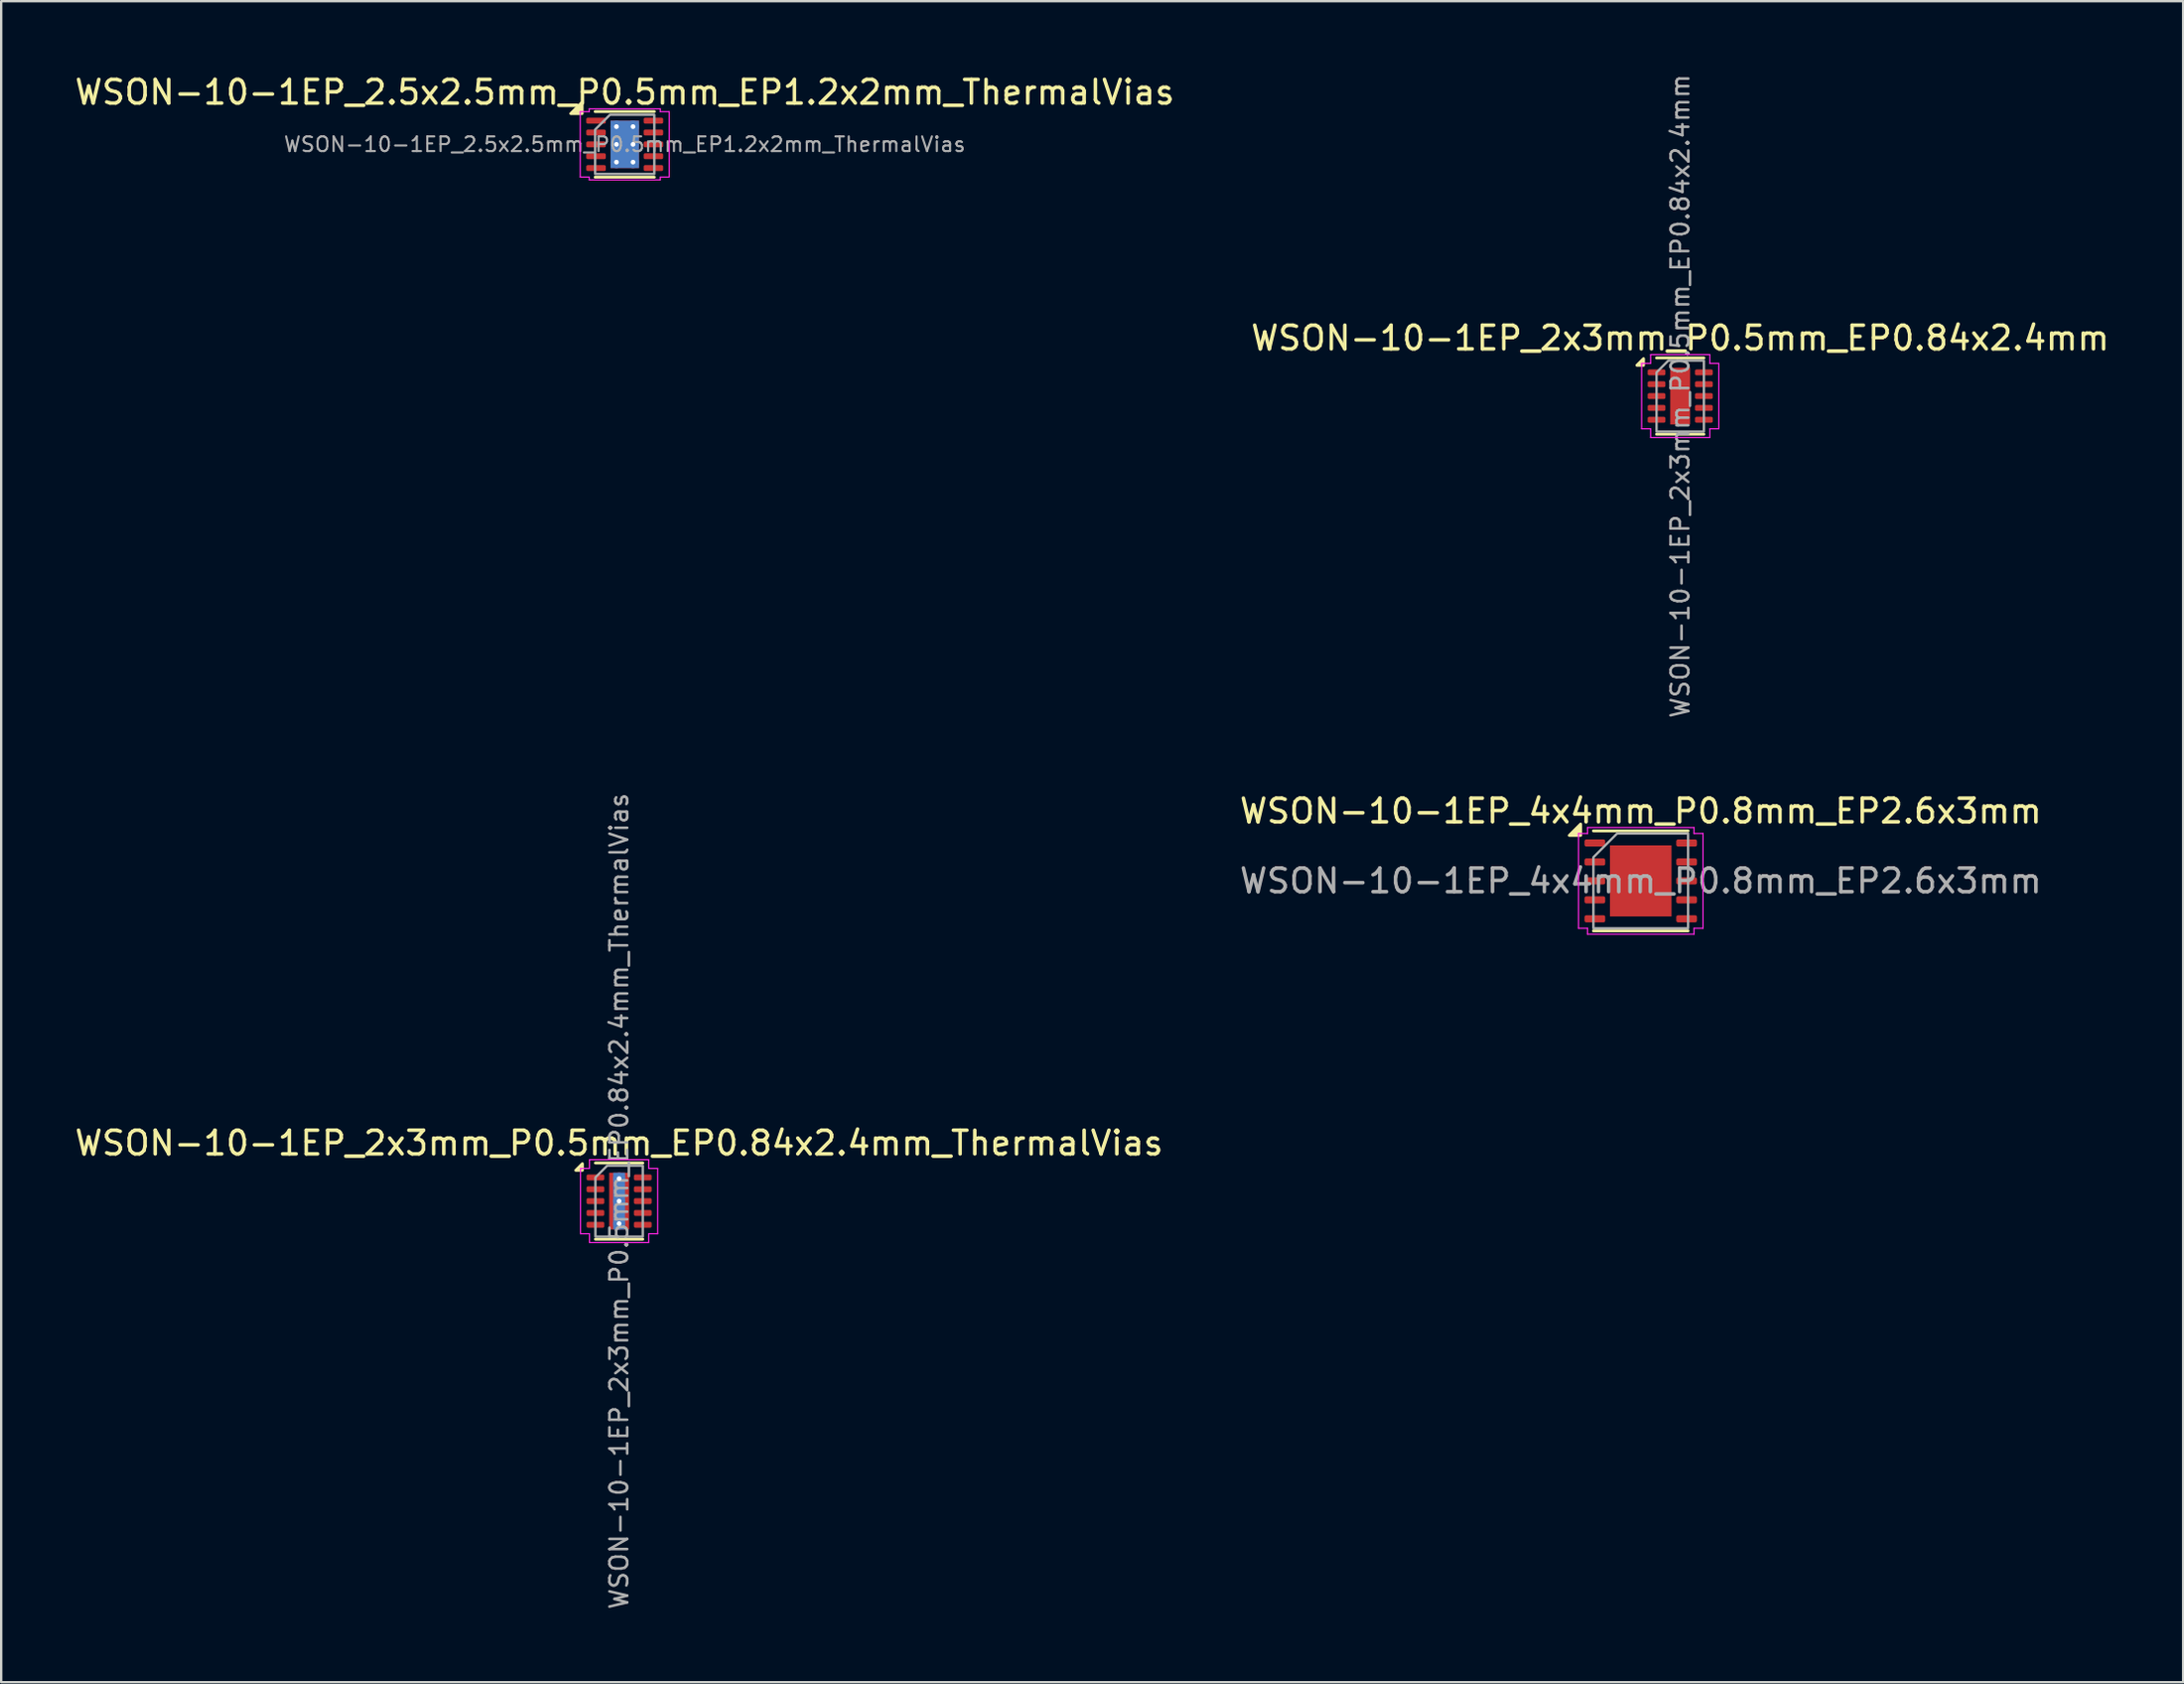
<source format=kicad_pcb>
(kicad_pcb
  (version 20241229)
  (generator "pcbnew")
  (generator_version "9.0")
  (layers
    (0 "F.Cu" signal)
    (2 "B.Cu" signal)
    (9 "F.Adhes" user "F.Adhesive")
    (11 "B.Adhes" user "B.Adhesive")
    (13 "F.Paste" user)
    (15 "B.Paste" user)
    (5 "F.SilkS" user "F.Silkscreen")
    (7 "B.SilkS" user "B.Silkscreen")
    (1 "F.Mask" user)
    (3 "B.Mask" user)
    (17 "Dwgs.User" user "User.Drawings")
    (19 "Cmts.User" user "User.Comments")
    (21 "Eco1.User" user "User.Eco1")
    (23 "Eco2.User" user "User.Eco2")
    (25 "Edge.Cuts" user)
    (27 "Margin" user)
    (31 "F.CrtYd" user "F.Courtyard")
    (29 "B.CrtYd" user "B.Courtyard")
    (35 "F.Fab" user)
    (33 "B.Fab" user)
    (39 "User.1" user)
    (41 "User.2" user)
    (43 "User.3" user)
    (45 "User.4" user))
  (footprint "WSON-10-1EP_4x4mm_P0.8mm_EP2.6x3mm"
    (layer "F.Cu")
    (at 66.256 34.157)
    (property "Reference" "WSON-10-1EP_4x4mm_P0.8mm_EP2.6x3mm" (at 0 -2.95 0) (layer "F.SilkS") (effects (font (size 1 1) (thickness 0.15))))
    (attr smd)
    (fp_line (start -2 -2.11) (end 2 -2.11) (stroke (width 0.12) (type solid)) (layer "F.SilkS"))
    (fp_line (start -2 2.11) (end 2 2.11) (stroke (width 0.12) (type solid)) (layer "F.SilkS"))
    (fp_poly (pts (xy -2.54 -1.92) (xy -3.02 -1.92) (xy -2.54 -2.4)) (stroke (width 0.12) (type solid)) (fill yes) (layer "F.SilkS"))
    (fp_line (start -2.63 -2) (end -2.25 -2) (stroke (width 0.05) (type solid)) (layer "F.CrtYd"))
    (fp_line (start -2.63 2) (end -2.63 -2) (stroke (width 0.05) (type solid)) (layer "F.CrtYd"))
    (fp_line (start -2.25 -2.25) (end 2.25 -2.25) (stroke (width 0.05) (type solid)) (layer "F.CrtYd"))
    (fp_line (start -2.25 -2) (end -2.25 -2.25) (stroke (width 0.05) (type solid)) (layer "F.CrtYd"))
    (fp_line (start -2.25 2) (end -2.63 2) (stroke (width 0.05) (type solid)) (layer "F.CrtYd"))
    (fp_line (start -2.25 2.25) (end -2.25 2) (stroke (width 0.05) (type solid)) (layer "F.CrtYd"))
    (fp_line (start 2.25 -2.25) (end 2.25 -2) (stroke (width 0.05) (type solid)) (layer "F.CrtYd"))
    (fp_line (start 2.25 -2) (end 2.63 -2) (stroke (width 0.05) (type solid)) (layer "F.CrtYd"))
    (fp_line (start 2.25 2) (end 2.25 2.25) (stroke (width 0.05) (type solid)) (layer "F.CrtYd"))
    (fp_line (start 2.25 2.25) (end -2.25 2.25) (stroke (width 0.05) (type solid)) (layer "F.CrtYd"))
    (fp_line (start 2.63 -2) (end 2.63 2) (stroke (width 0.05) (type solid)) (layer "F.CrtYd"))
    (fp_line (start 2.63 2) (end 2.25 2) (stroke (width 0.05) (type solid)) (layer "F.CrtYd"))
    (fp_poly (pts (xy -2 -1) (xy -2 2) (xy 2 2) (xy 2 -2) (xy -1 -2)) (stroke (width 0.1) (type solid)) (fill no) (layer "F.Fab"))
    (fp_text user "${REFERENCE}" (at 0 0 0) (layer "F.Fab") (effects (font (size 1 1) (thickness 0.15))))
    (pad "" smd roundrect (at -0.65 -0.75) (size 1.05 1.21) (layers "F.Paste") (roundrect_rratio 0.238))
    (pad "" smd roundrect (at -0.65 0.75) (size 1.05 1.21) (layers "F.Paste") (roundrect_rratio 0.238))
    (pad "" smd roundrect (at 0.65 -0.75) (size 1.05 1.21) (layers "F.Paste") (roundrect_rratio 0.238))
    (pad "" smd roundrect (at 0.65 0.75) (size 1.05 1.21) (layers "F.Paste") (roundrect_rratio 0.238))
    (pad "1" smd roundrect (at -1.938 -1.6) (size 0.875 0.3) (layers "F.Cu" "F.Mask" "F.Paste") (roundrect_rratio 0.25))
    (pad "2" smd roundrect (at -1.938 -0.8) (size 0.875 0.3) (layers "F.Cu" "F.Mask" "F.Paste") (roundrect_rratio 0.25))
    (pad "3" smd roundrect (at -1.938 0) (size 0.875 0.3) (layers "F.Cu" "F.Mask" "F.Paste") (roundrect_rratio 0.25))
    (pad "4" smd roundrect (at -1.938 0.8) (size 0.875 0.3) (layers "F.Cu" "F.Mask" "F.Paste") (roundrect_rratio 0.25))
    (pad "5" smd roundrect (at -1.938 1.6) (size 0.875 0.3) (layers "F.Cu" "F.Mask" "F.Paste") (roundrect_rratio 0.25))
    (pad "6" smd roundrect (at 1.938 1.6) (size 0.875 0.3) (layers "F.Cu" "F.Mask" "F.Paste") (roundrect_rratio 0.25))
    (pad "7" smd roundrect (at 1.938 0.8) (size 0.875 0.3) (layers "F.Cu" "F.Mask" "F.Paste") (roundrect_rratio 0.25))
    (pad "8" smd roundrect (at 1.938 0) (size 0.875 0.3) (layers "F.Cu" "F.Mask" "F.Paste") (roundrect_rratio 0.25))
    (pad "9" smd roundrect (at 1.938 -0.8) (size 0.875 0.3) (layers "F.Cu" "F.Mask" "F.Paste") (roundrect_rratio 0.25))
    (pad "10" smd roundrect (at 1.938 -1.6) (size 0.875 0.3) (layers "F.Cu" "F.Mask" "F.Paste") (roundrect_rratio 0.25))
    (pad "11" smd rect (at 0 0) (size 2.6 3) (property pad_prop_heatsink) (layers "F.Cu" "F.Mask")))
  (footprint "WSON-10-1EP_2x3mm_P0.5mm_EP0.84x2.4mm"
    (layer "F.Cu")
    (at 67.923 13.679)
    (property "Reference" "WSON-10-1EP_2x3mm_P0.5mm_EP0.84x2.4mm" (at 0 -2.45 0) (layer "F.SilkS") (effects (font (size 1 1) (thickness 0.15))))
    (attr smd)
    (fp_line (start -1 -1.61) (end 1 -1.61) (stroke (width 0.12) (type solid)) (layer "F.SilkS"))
    (fp_line (start -1 1.61) (end 1 1.61) (stroke (width 0.12) (type solid)) (layer "F.SilkS"))
    (fp_poly (pts (xy -1.55 -1.3) (xy -1.83 -1.3) (xy -1.55 -1.58)) (stroke (width 0.12) (type solid)) (fill yes) (layer "F.SilkS"))
    (fp_line (start -1.63 -1.38) (end -1.25 -1.38) (stroke (width 0.05) (type solid)) (layer "F.CrtYd"))
    (fp_line (start -1.63 1.38) (end -1.63 -1.38) (stroke (width 0.05) (type solid)) (layer "F.CrtYd"))
    (fp_line (start -1.25 -1.75) (end 1.25 -1.75) (stroke (width 0.05) (type solid)) (layer "F.CrtYd"))
    (fp_line (start -1.25 -1.38) (end -1.25 -1.75) (stroke (width 0.05) (type solid)) (layer "F.CrtYd"))
    (fp_line (start -1.25 1.38) (end -1.63 1.38) (stroke (width 0.05) (type solid)) (layer "F.CrtYd"))
    (fp_line (start -1.25 1.75) (end -1.25 1.38) (stroke (width 0.05) (type solid)) (layer "F.CrtYd"))
    (fp_line (start 1.25 -1.75) (end 1.25 -1.38) (stroke (width 0.05) (type solid)) (layer "F.CrtYd"))
    (fp_line (start 1.25 -1.38) (end 1.63 -1.38) (stroke (width 0.05) (type solid)) (layer "F.CrtYd"))
    (fp_line (start 1.25 1.38) (end 1.25 1.75) (stroke (width 0.05) (type solid)) (layer "F.CrtYd"))
    (fp_line (start 1.25 1.75) (end -1.25 1.75) (stroke (width 0.05) (type solid)) (layer "F.CrtYd"))
    (fp_line (start 1.63 -1.38) (end 1.63 1.38) (stroke (width 0.05) (type solid)) (layer "F.CrtYd"))
    (fp_line (start 1.63 1.38) (end 1.25 1.38) (stroke (width 0.05) (type solid)) (layer "F.CrtYd"))
    (fp_poly (pts (xy -1 -1) (xy -1 1.5) (xy 1 1.5) (xy 1 -1.5) (xy -0.5 -1.5)) (stroke (width 0.1) (type solid)) (fill no) (layer "F.Fab"))
    (fp_text user "${REFERENCE}" (at 0 0 90) (layer "F.Fab") (effects (font (size 0.75 0.75) (thickness 0.11))))
    (pad "" smd roundrect (at 0 -0.6) (size 0.68 0.97) (layers "F.Paste") (roundrect_rratio 0.25))
    (pad "" smd roundrect (at 0 0.6) (size 0.68 0.97) (layers "F.Paste") (roundrect_rratio 0.25))
    (pad "1" smd roundrect (at -1 -1) (size 0.75 0.25) (layers "F.Cu" "F.Mask" "F.Paste") (roundrect_rratio 0.25))
    (pad "2" smd roundrect (at -1 -0.5) (size 0.75 0.25) (layers "F.Cu" "F.Mask" "F.Paste") (roundrect_rratio 0.25))
    (pad "3" smd roundrect (at -1 0) (size 0.75 0.25) (layers "F.Cu" "F.Mask" "F.Paste") (roundrect_rratio 0.25))
    (pad "4" smd roundrect (at -1 0.5) (size 0.75 0.25) (layers "F.Cu" "F.Mask" "F.Paste") (roundrect_rratio 0.25))
    (pad "5" smd roundrect (at -1 1) (size 0.75 0.25) (layers "F.Cu" "F.Mask" "F.Paste") (roundrect_rratio 0.25))
    (pad "6" smd roundrect (at 1 1) (size 0.75 0.25) (layers "F.Cu" "F.Mask" "F.Paste") (roundrect_rratio 0.25))
    (pad "7" smd roundrect (at 1 0.5) (size 0.75 0.25) (layers "F.Cu" "F.Mask" "F.Paste") (roundrect_rratio 0.25))
    (pad "8" smd roundrect (at 1 0) (size 0.75 0.25) (layers "F.Cu" "F.Mask" "F.Paste") (roundrect_rratio 0.25))
    (pad "9" smd roundrect (at 1 -0.5) (size 0.75 0.25) (layers "F.Cu" "F.Mask" "F.Paste") (roundrect_rratio 0.25))
    (pad "10" smd roundrect (at 1 -1) (size 0.75 0.25) (layers "F.Cu" "F.Mask" "F.Paste") (roundrect_rratio 0.25))
    (pad "11" smd rect (at 0 0) (size 0.84 2.4) (property pad_prop_heatsink) (layers "F.Cu" "F.Mask")))
  (footprint "WSON-10-1EP_2.5x2.5mm_P0.5mm_EP1.2x2mm_ThermalVias"
    (layer "F.Cu")
    (at 23.339 3.048)
    (property "Reference" "WSON-10-1EP_2.5x2.5mm_P0.5mm_EP1.2x2mm_ThermalVias" (at 0 -2.2 0) (layer "F.SilkS") (effects (font (size 1 1) (thickness 0.15))))
    (attr smd)
    (fp_line (start -1.25 -1.385) (end 1.25 -1.385) (stroke (width 0.12) (type solid)) (layer "F.SilkS"))
    (fp_line (start -1.25 1.385) (end 1.25 1.385) (stroke (width 0.12) (type solid)) (layer "F.SilkS"))
    (fp_poly (pts (xy -1.8 -1.3) (xy -2.28 -1.3) (xy -1.8 -1.78)) (stroke (width 0.12) (type solid)) (fill yes) (layer "F.SilkS"))
    (fp_line (start -1.88 -1.38) (end -1.5 -1.38) (stroke (width 0.05) (type solid)) (layer "F.CrtYd"))
    (fp_line (start -1.88 1.38) (end -1.88 -1.38) (stroke (width 0.05) (type solid)) (layer "F.CrtYd"))
    (fp_line (start -1.5 -1.5) (end 1.5 -1.5) (stroke (width 0.05) (type solid)) (layer "F.CrtYd"))
    (fp_line (start -1.5 -1.38) (end -1.5 -1.5) (stroke (width 0.05) (type solid)) (layer "F.CrtYd"))
    (fp_line (start -1.5 1.38) (end -1.88 1.38) (stroke (width 0.05) (type solid)) (layer "F.CrtYd"))
    (fp_line (start -1.5 1.5) (end -1.5 1.38) (stroke (width 0.05) (type solid)) (layer "F.CrtYd"))
    (fp_line (start 1.5 -1.5) (end 1.5 -1.38) (stroke (width 0.05) (type solid)) (layer "F.CrtYd"))
    (fp_line (start 1.5 -1.38) (end 1.88 -1.38) (stroke (width 0.05) (type solid)) (layer "F.CrtYd"))
    (fp_line (start 1.5 1.38) (end 1.5 1.5) (stroke (width 0.05) (type solid)) (layer "F.CrtYd"))
    (fp_line (start 1.5 1.5) (end -1.5 1.5) (stroke (width 0.05) (type solid)) (layer "F.CrtYd"))
    (fp_line (start 1.88 -1.38) (end 1.88 1.38) (stroke (width 0.05) (type solid)) (layer "F.CrtYd"))
    (fp_line (start 1.88 1.38) (end 1.5 1.38) (stroke (width 0.05) (type solid)) (layer "F.CrtYd"))
    (fp_poly (pts (xy -1.25 -0.625) (xy -1.25 1.25) (xy 1.25 1.25) (xy 1.25 -1.25) (xy -0.625 -1.25)) (stroke (width 0.1) (type solid)) (fill no) (layer "F.Fab"))
    (fp_text user "${REFERENCE}" (at 0 0 0) (layer "F.Fab") (effects (font (size 0.62 0.62) (thickness 0.09))))
    (pad "" smd roundrect (at -0.3 -0.5) (size 0.52 0.87) (layers "F.Paste") (roundrect_rratio 0.25))
    (pad "" smd roundrect (at -0.3 0.5) (size 0.52 0.87) (layers "F.Paste") (roundrect_rratio 0.25))
    (pad "" smd roundrect (at 0.3 -0.5) (size 0.52 0.87) (layers "F.Paste") (roundrect_rratio 0.25))
    (pad "" smd roundrect (at 0.3 0.5) (size 0.52 0.87) (layers "F.Paste") (roundrect_rratio 0.25))
    (pad "1" smd roundrect (at -1.212 -1) (size 0.825 0.25) (layers "F.Cu" "F.Mask" "F.Paste") (roundrect_rratio 0.25))
    (pad "2" smd roundrect (at -1.212 -0.5) (size 0.825 0.25) (layers "F.Cu" "F.Mask" "F.Paste") (roundrect_rratio 0.25))
    (pad "3" smd roundrect (at -1.212 0) (size 0.825 0.25) (layers "F.Cu" "F.Mask" "F.Paste") (roundrect_rratio 0.25))
    (pad "4" smd roundrect (at -1.212 0.5) (size 0.825 0.25) (layers "F.Cu" "F.Mask" "F.Paste") (roundrect_rratio 0.25))
    (pad "5" smd roundrect (at -1.212 1) (size 0.825 0.25) (layers "F.Cu" "F.Mask" "F.Paste") (roundrect_rratio 0.25))
    (pad "6" smd roundrect (at 1.212 1) (size 0.825 0.25) (layers "F.Cu" "F.Mask" "F.Paste") (roundrect_rratio 0.25))
    (pad "7" smd roundrect (at 1.212 0.5) (size 0.825 0.25) (layers "F.Cu" "F.Mask" "F.Paste") (roundrect_rratio 0.25))
    (pad "8" smd roundrect (at 1.212 0) (size 0.825 0.25) (layers "F.Cu" "F.Mask" "F.Paste") (roundrect_rratio 0.25))
    (pad "9" smd roundrect (at 1.212 -0.5) (size 0.825 0.25) (layers "F.Cu" "F.Mask" "F.Paste") (roundrect_rratio 0.25))
    (pad "10" smd roundrect (at 1.212 -1) (size 0.825 0.25) (layers "F.Cu" "F.Mask" "F.Paste") (roundrect_rratio 0.25))
    (pad "11" thru_hole circle (at -0.35 -0.75) (size 0.5 0.5) (drill 0.2) (property pad_prop_heatsink) (layers "*.Cu"))
    (pad "11" thru_hole circle (at -0.35 0) (size 0.5 0.5) (drill 0.2) (property pad_prop_heatsink) (layers "*.Cu"))
    (pad "11" thru_hole circle (at -0.35 0.75) (size 0.5 0.5) (drill 0.2) (property pad_prop_heatsink) (layers "*.Cu"))
    (pad "11" smd rect (at 0 0) (size 1.2 2) (property pad_prop_heatsink) (layers "F.Cu" "F.Mask"))
    (pad "11" smd rect (at 0 0) (size 1.2 2) (property pad_prop_heatsink) (layers "B.Cu"))
    (pad "11" thru_hole circle (at 0.35 -0.75) (size 0.5 0.5) (drill 0.2) (property pad_prop_heatsink) (layers "*.Cu"))
    (pad "11" thru_hole circle (at 0.35 0) (size 0.5 0.5) (drill 0.2) (property pad_prop_heatsink) (layers "*.Cu"))
    (pad "11" thru_hole circle (at 0.35 0.75) (size 0.5 0.5) (drill 0.2) (property pad_prop_heatsink) (layers "*.Cu")))
  (footprint "WSON-10-1EP_2x3mm_P0.5mm_EP0.84x2.4mm_ThermalVias"
    (layer "F.Cu")
    (at 23.101 47.681)
    (property "Reference" "WSON-10-1EP_2x3mm_P0.5mm_EP0.84x2.4mm_ThermalVias" (at 0 -2.45 0) (layer "F.SilkS") (effects (font (size 1 1) (thickness 0.15))))
    (attr smd)
    (fp_line (start -1 -1.61) (end 1 -1.61) (stroke (width 0.12) (type solid)) (layer "F.SilkS"))
    (fp_line (start -1 1.61) (end 1 1.61) (stroke (width 0.12) (type solid)) (layer "F.SilkS"))
    (fp_poly (pts (xy -1.55 -1.3) (xy -1.83 -1.3) (xy -1.55 -1.58)) (stroke (width 0.12) (type solid)) (fill yes) (layer "F.SilkS"))
    (fp_line (start -1.63 -1.38) (end -1.25 -1.38) (stroke (width 0.05) (type solid)) (layer "F.CrtYd"))
    (fp_line (start -1.63 1.38) (end -1.63 -1.38) (stroke (width 0.05) (type solid)) (layer "F.CrtYd"))
    (fp_line (start -1.25 -1.75) (end 1.25 -1.75) (stroke (width 0.05) (type solid)) (layer "F.CrtYd"))
    (fp_line (start -1.25 -1.38) (end -1.25 -1.75) (stroke (width 0.05) (type solid)) (layer "F.CrtYd"))
    (fp_line (start -1.25 1.38) (end -1.63 1.38) (stroke (width 0.05) (type solid)) (layer "F.CrtYd"))
    (fp_line (start -1.25 1.75) (end -1.25 1.38) (stroke (width 0.05) (type solid)) (layer "F.CrtYd"))
    (fp_line (start 1.25 -1.75) (end 1.25 -1.38) (stroke (width 0.05) (type solid)) (layer "F.CrtYd"))
    (fp_line (start 1.25 -1.38) (end 1.63 -1.38) (stroke (width 0.05) (type solid)) (layer "F.CrtYd"))
    (fp_line (start 1.25 1.38) (end 1.25 1.75) (stroke (width 0.05) (type solid)) (layer "F.CrtYd"))
    (fp_line (start 1.25 1.75) (end -1.25 1.75) (stroke (width 0.05) (type solid)) (layer "F.CrtYd"))
    (fp_line (start 1.63 -1.38) (end 1.63 1.38) (stroke (width 0.05) (type solid)) (layer "F.CrtYd"))
    (fp_line (start 1.63 1.38) (end 1.25 1.38) (stroke (width 0.05) (type solid)) (layer "F.CrtYd"))
    (fp_poly (pts (xy -1 -1) (xy -1 1.5) (xy 1 1.5) (xy 1 -1.5) (xy -0.5 -1.5)) (stroke (width 0.1) (type solid)) (fill no) (layer "F.Fab"))
    (fp_text user "${REFERENCE}" (at 0 0 90) (layer "F.Fab") (effects (font (size 0.75 0.75) (thickness 0.11))))
    (pad "" smd roundrect (at 0 -0.6) (size 0.73 1.04) (layers "F.Paste") (roundrect_rratio 0.25))
    (pad "" smd roundrect (at 0 0.6) (size 0.73 1.04) (layers "F.Paste") (roundrect_rratio 0.25))
    (pad "1" smd roundrect (at -1 -1) (size 0.75 0.25) (layers "F.Cu" "F.Mask" "F.Paste") (roundrect_rratio 0.25))
    (pad "2" smd roundrect (at -1 -0.5) (size 0.75 0.25) (layers "F.Cu" "F.Mask" "F.Paste") (roundrect_rratio 0.25))
    (pad "3" smd roundrect (at -1 0) (size 0.75 0.25) (layers "F.Cu" "F.Mask" "F.Paste") (roundrect_rratio 0.25))
    (pad "4" smd roundrect (at -1 0.5) (size 0.75 0.25) (layers "F.Cu" "F.Mask" "F.Paste") (roundrect_rratio 0.25))
    (pad "5" smd roundrect (at -1 1) (size 0.75 0.25) (layers "F.Cu" "F.Mask" "F.Paste") (roundrect_rratio 0.25))
    (pad "6" smd roundrect (at 1 1) (size 0.75 0.25) (layers "F.Cu" "F.Mask" "F.Paste") (roundrect_rratio 0.25))
    (pad "7" smd roundrect (at 1 0.5) (size 0.75 0.25) (layers "F.Cu" "F.Mask" "F.Paste") (roundrect_rratio 0.25))
    (pad "8" smd roundrect (at 1 0) (size 0.75 0.25) (layers "F.Cu" "F.Mask" "F.Paste") (roundrect_rratio 0.25))
    (pad "9" smd roundrect (at 1 -0.5) (size 0.75 0.25) (layers "F.Cu" "F.Mask" "F.Paste") (roundrect_rratio 0.25))
    (pad "10" smd roundrect (at 1 -1) (size 0.75 0.25) (layers "F.Cu" "F.Mask" "F.Paste") (roundrect_rratio 0.25))
    (pad "11" thru_hole circle (at 0 -0.95) (size 0.5 0.5) (drill 0.2) (property pad_prop_heatsink) (layers "*.Cu"))
    (pad "11" thru_hole circle (at 0 0) (size 0.5 0.5) (drill 0.2) (property pad_prop_heatsink) (layers "*.Cu"))
    (pad "11" smd rect (at 0 0) (size 0.5 2.4) (property pad_prop_heatsink) (layers "B.Cu"))
    (pad "11" smd rect (at 0 0) (size 0.84 2.4) (property pad_prop_heatsink) (layers "F.Cu" "F.Mask"))
    (pad "11" thru_hole circle (at 0 0.95) (size 0.5 0.5) (drill 0.2) (property pad_prop_heatsink) (layers "*.Cu")))
  (gr_rect
    (start -3 -3)
    (end 89.167 68.003)
    (stroke (width 0.1) (type default))
    (fill no)
    (layer "Edge.Cuts")))
</source>
